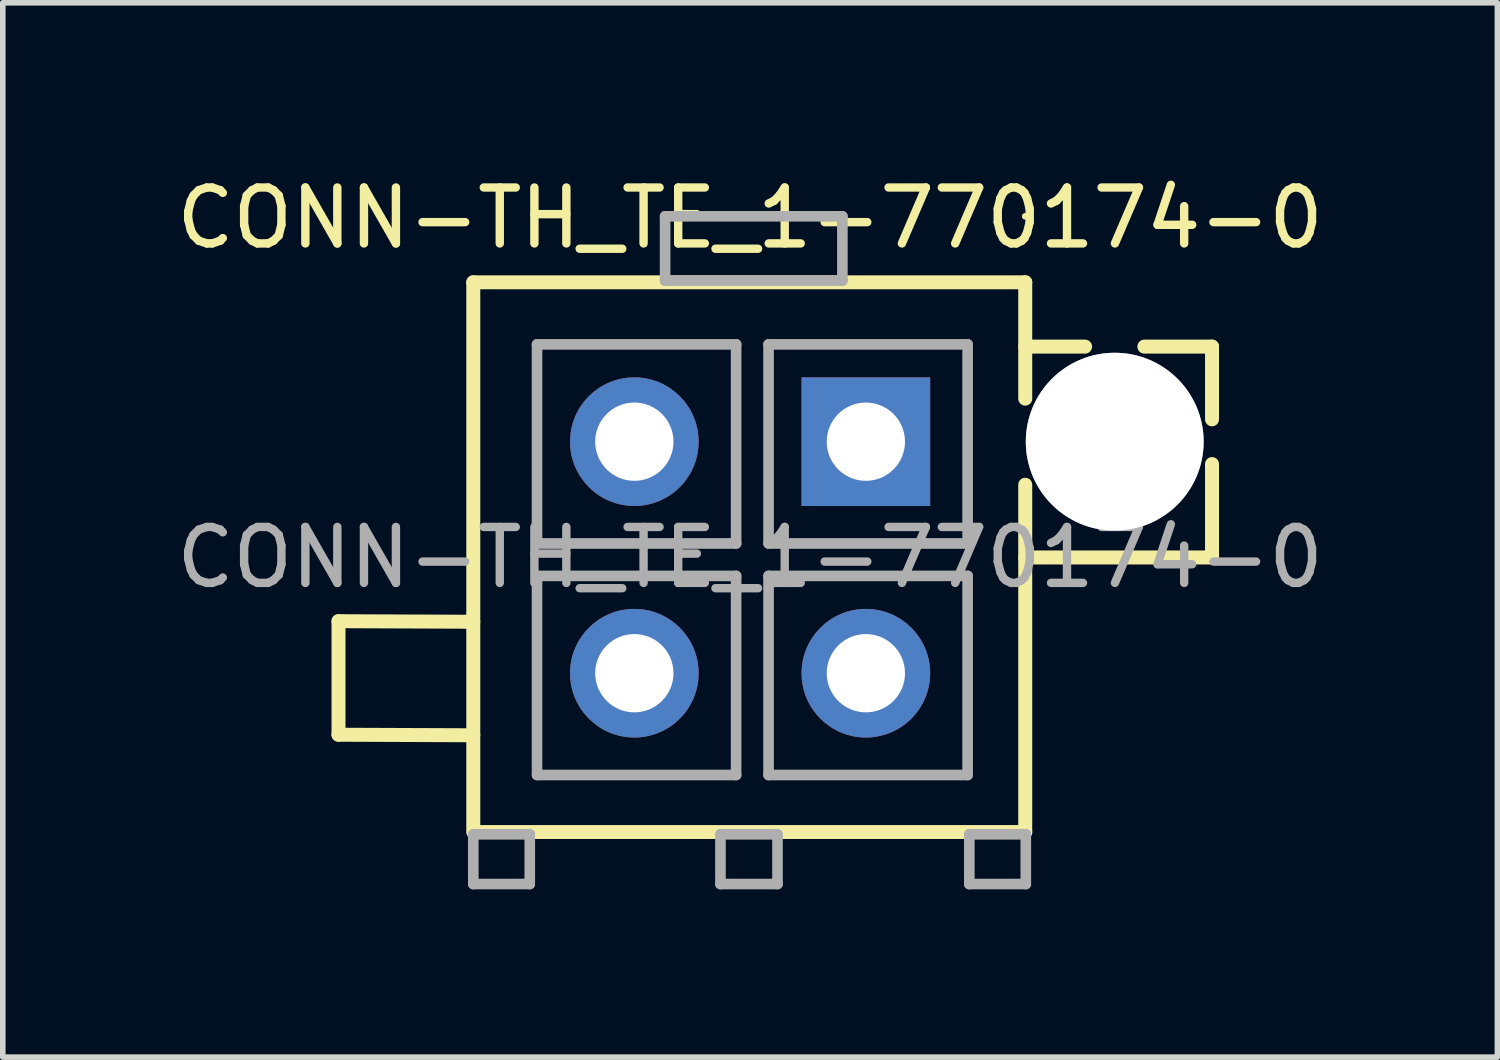
<source format=kicad_pcb>
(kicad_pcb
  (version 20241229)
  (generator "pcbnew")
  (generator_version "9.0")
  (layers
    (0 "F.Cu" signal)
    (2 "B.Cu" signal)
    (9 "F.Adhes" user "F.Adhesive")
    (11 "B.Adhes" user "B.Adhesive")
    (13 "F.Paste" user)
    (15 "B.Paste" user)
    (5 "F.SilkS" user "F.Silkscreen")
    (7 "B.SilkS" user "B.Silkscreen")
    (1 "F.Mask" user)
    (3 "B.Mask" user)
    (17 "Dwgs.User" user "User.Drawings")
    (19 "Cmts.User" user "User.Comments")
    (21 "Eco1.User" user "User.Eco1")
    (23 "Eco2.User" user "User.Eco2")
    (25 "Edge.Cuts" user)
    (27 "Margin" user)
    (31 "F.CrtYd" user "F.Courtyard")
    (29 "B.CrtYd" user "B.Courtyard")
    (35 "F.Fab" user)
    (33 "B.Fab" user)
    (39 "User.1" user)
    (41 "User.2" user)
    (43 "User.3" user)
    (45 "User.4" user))
  (footprint "CONN-TH_TE_1-770174-0"
    (layer "F.Cu")
    (at 10.363 6.918)
    (property "Reference" "CONN-TH_TE_1-770174-0" (at 0 -6.07 0) (layer "F.SilkS") (effects (font (size 1 1) (thickness 0.15))))
    (attr through_hole)
    (fp_line (start -7.36 1.14) (end -7.36 3.17) (stroke (width 0.25) (type solid)) (layer "F.SilkS"))
    (fp_line (start -7.36 3.17) (end -4.95 3.18) (stroke (width 0.25) (type solid)) (layer "F.SilkS"))
    (fp_line (start -4.95 -4.92) (end -4.95 4.91) (stroke (width 0.25) (type solid)) (layer "F.SilkS"))
    (fp_line (start -4.95 1.15) (end -7.36 1.14) (stroke (width 0.25) (type solid)) (layer "F.SilkS"))
    (fp_line (start -4.91 4.91) (end 4.92 4.91) (stroke (width 0.25) (type solid)) (layer "F.SilkS"))
    (fp_line (start 4.92 -4.92) (end -4.95 -4.92) (stroke (width 0.25) (type solid)) (layer "F.SilkS"))
    (fp_line (start 4.92 -3.77) (end 5.99 -3.77) (stroke (width 0.25) (type solid)) (layer "F.SilkS"))
    (fp_line (start 4.92 -2.84) (end 4.92 -4.92) (stroke (width 0.25) (type solid)) (layer "F.SilkS"))
    (fp_line (start 4.92 4.91) (end 4.92 -1.3) (stroke (width 0.25) (type solid)) (layer "F.SilkS"))
    (fp_line (start 7.05 -3.77) (end 8.26 -3.77) (stroke (width 0.25) (type solid)) (layer "F.SilkS"))
    (fp_line (start 8.26 -3.77) (end 8.26 -2.47) (stroke (width 0.25) (type solid)) (layer "F.SilkS"))
    (fp_line (start 8.26 -1.67) (end 8.26 0) (stroke (width 0.25) (type solid)) (layer "F.SilkS"))
    (fp_line (start 8.26 0) (end 4.92 0) (stroke (width 0.25) (type solid)) (layer "F.SilkS"))
    (fp_circle (center 4.92 -6.1) (end 4.95 -6.1) (stroke (width 0.06) (type solid)) (fill no) (layer "F.SilkS"))
    (fp_circle (center 6.52 -2.07) (end 7.27 -2.07) (stroke (width 1.5) (type solid)) (fill no) (layer "Cmts.User"))
    (fp_line (start -4.95 4.95) (end -3.94 4.95) (stroke (width 0.19) (type solid)) (layer "F.Fab"))
    (fp_line (start -4.95 5.84) (end -4.95 4.95) (stroke (width 0.19) (type solid)) (layer "F.Fab"))
    (fp_line (start -3.94 4.95) (end -3.94 5.84) (stroke (width 0.19) (type solid)) (layer "F.Fab"))
    (fp_line (start -3.94 5.84) (end -4.95 5.84) (stroke (width 0.19) (type solid)) (layer "F.Fab"))
    (fp_line (start -3.81 -3.81) (end -0.25 -3.81) (stroke (width 0.19) (type solid)) (layer "F.Fab"))
    (fp_line (start -3.81 -0.25) (end -3.81 -3.81) (stroke (width 0.19) (type solid)) (layer "F.Fab"))
    (fp_line (start -3.81 0.33) (end -0.25 0.33) (stroke (width 0.19) (type solid)) (layer "F.Fab"))
    (fp_line (start -3.81 3.89) (end -3.81 0.33) (stroke (width 0.19) (type solid)) (layer "F.Fab"))
    (fp_line (start -1.52 -6.1) (end 1.65 -6.1) (stroke (width 0.19) (type solid)) (layer "F.Fab"))
    (fp_line (start -1.52 -4.95) (end -1.52 -6.1) (stroke (width 0.19) (type solid)) (layer "F.Fab"))
    (fp_line (start -0.53 4.95) (end 0.49 4.95) (stroke (width 0.19) (type solid)) (layer "F.Fab"))
    (fp_line (start -0.53 5.84) (end -0.53 4.95) (stroke (width 0.19) (type solid)) (layer "F.Fab"))
    (fp_line (start -0.25 -3.81) (end -0.25 -0.25) (stroke (width 0.19) (type solid)) (layer "F.Fab"))
    (fp_line (start -0.25 -0.25) (end -3.81 -0.25) (stroke (width 0.19) (type solid)) (layer "F.Fab"))
    (fp_line (start -0.25 0.33) (end -0.25 3.89) (stroke (width 0.19) (type solid)) (layer "F.Fab"))
    (fp_line (start -0.25 3.89) (end -3.81 3.89) (stroke (width 0.19) (type solid)) (layer "F.Fab"))
    (fp_line (start 0.33 -3.81) (end 3.89 -3.81) (stroke (width 0.19) (type solid)) (layer "F.Fab"))
    (fp_line (start 0.33 -0.25) (end 0.33 -3.81) (stroke (width 0.19) (type solid)) (layer "F.Fab"))
    (fp_line (start 0.33 0.33) (end 3.89 0.33) (stroke (width 0.19) (type solid)) (layer "F.Fab"))
    (fp_line (start 0.33 3.89) (end 0.33 0.33) (stroke (width 0.19) (type solid)) (layer "F.Fab"))
    (fp_line (start 0.49 4.95) (end 0.49 5.84) (stroke (width 0.19) (type solid)) (layer "F.Fab"))
    (fp_line (start 0.49 5.84) (end -0.53 5.84) (stroke (width 0.19) (type solid)) (layer "F.Fab"))
    (fp_line (start 1.65 -6.1) (end 1.65 -4.95) (stroke (width 0.19) (type solid)) (layer "F.Fab"))
    (fp_line (start 1.65 -4.95) (end -1.52 -4.95) (stroke (width 0.19) (type solid)) (layer "F.Fab"))
    (fp_line (start 3.89 -3.81) (end 3.89 -0.25) (stroke (width 0.19) (type solid)) (layer "F.Fab"))
    (fp_line (start 3.89 -0.25) (end 0.33 -0.25) (stroke (width 0.19) (type solid)) (layer "F.Fab"))
    (fp_line (start 3.89 0.33) (end 3.89 3.89) (stroke (width 0.19) (type solid)) (layer "F.Fab"))
    (fp_line (start 3.89 3.89) (end 0.33 3.89) (stroke (width 0.19) (type solid)) (layer "F.Fab"))
    (fp_line (start 3.92 4.95) (end 4.93 4.95) (stroke (width 0.19) (type solid)) (layer "F.Fab"))
    (fp_line (start 3.92 5.84) (end 3.92 4.95) (stroke (width 0.19) (type solid)) (layer "F.Fab"))
    (fp_line (start 4.93 4.95) (end 4.93 5.84) (stroke (width 0.19) (type solid)) (layer "F.Fab"))
    (fp_line (start 4.93 5.84) (end 3.92 5.84) (stroke (width 0.19) (type solid)) (layer "F.Fab"))
    (fp_text user "${REFERENCE}" (at 0 0 0) (layer "F.Fab") (effects (font (size 1 1) (thickness 0.15))))
    (pad "" thru_hole circle (at 6.52 -2.07) (size 3.18 3.18) (drill 3.18) (layers "*.Cu" "*.Mask"))
    (pad "1" thru_hole rect (at 2.07 -2.07) (size 2.3 2.3) (drill 1.4) (layers "*.Cu" "*.Mask"))
    (pad "2" thru_hole circle (at -2.07 -2.07) (size 2.3 2.3) (drill 1.4) (layers "*.Cu" "*.Mask"))
    (pad "3" thru_hole circle (at 2.07 2.07) (size 2.3 2.3) (drill 1.4) (layers "*.Cu" "*.Mask"))
    (pad "4" thru_hole circle (at -2.07 2.07) (size 2.3 2.3) (drill 1.4) (layers "*.Cu" "*.Mask")))
  (gr_rect
    (start -3 -3)
    (end 23.726 15.853)
    (stroke (width 0.1) (type default))
    (fill no)
    (layer "Edge.Cuts")))
</source>
